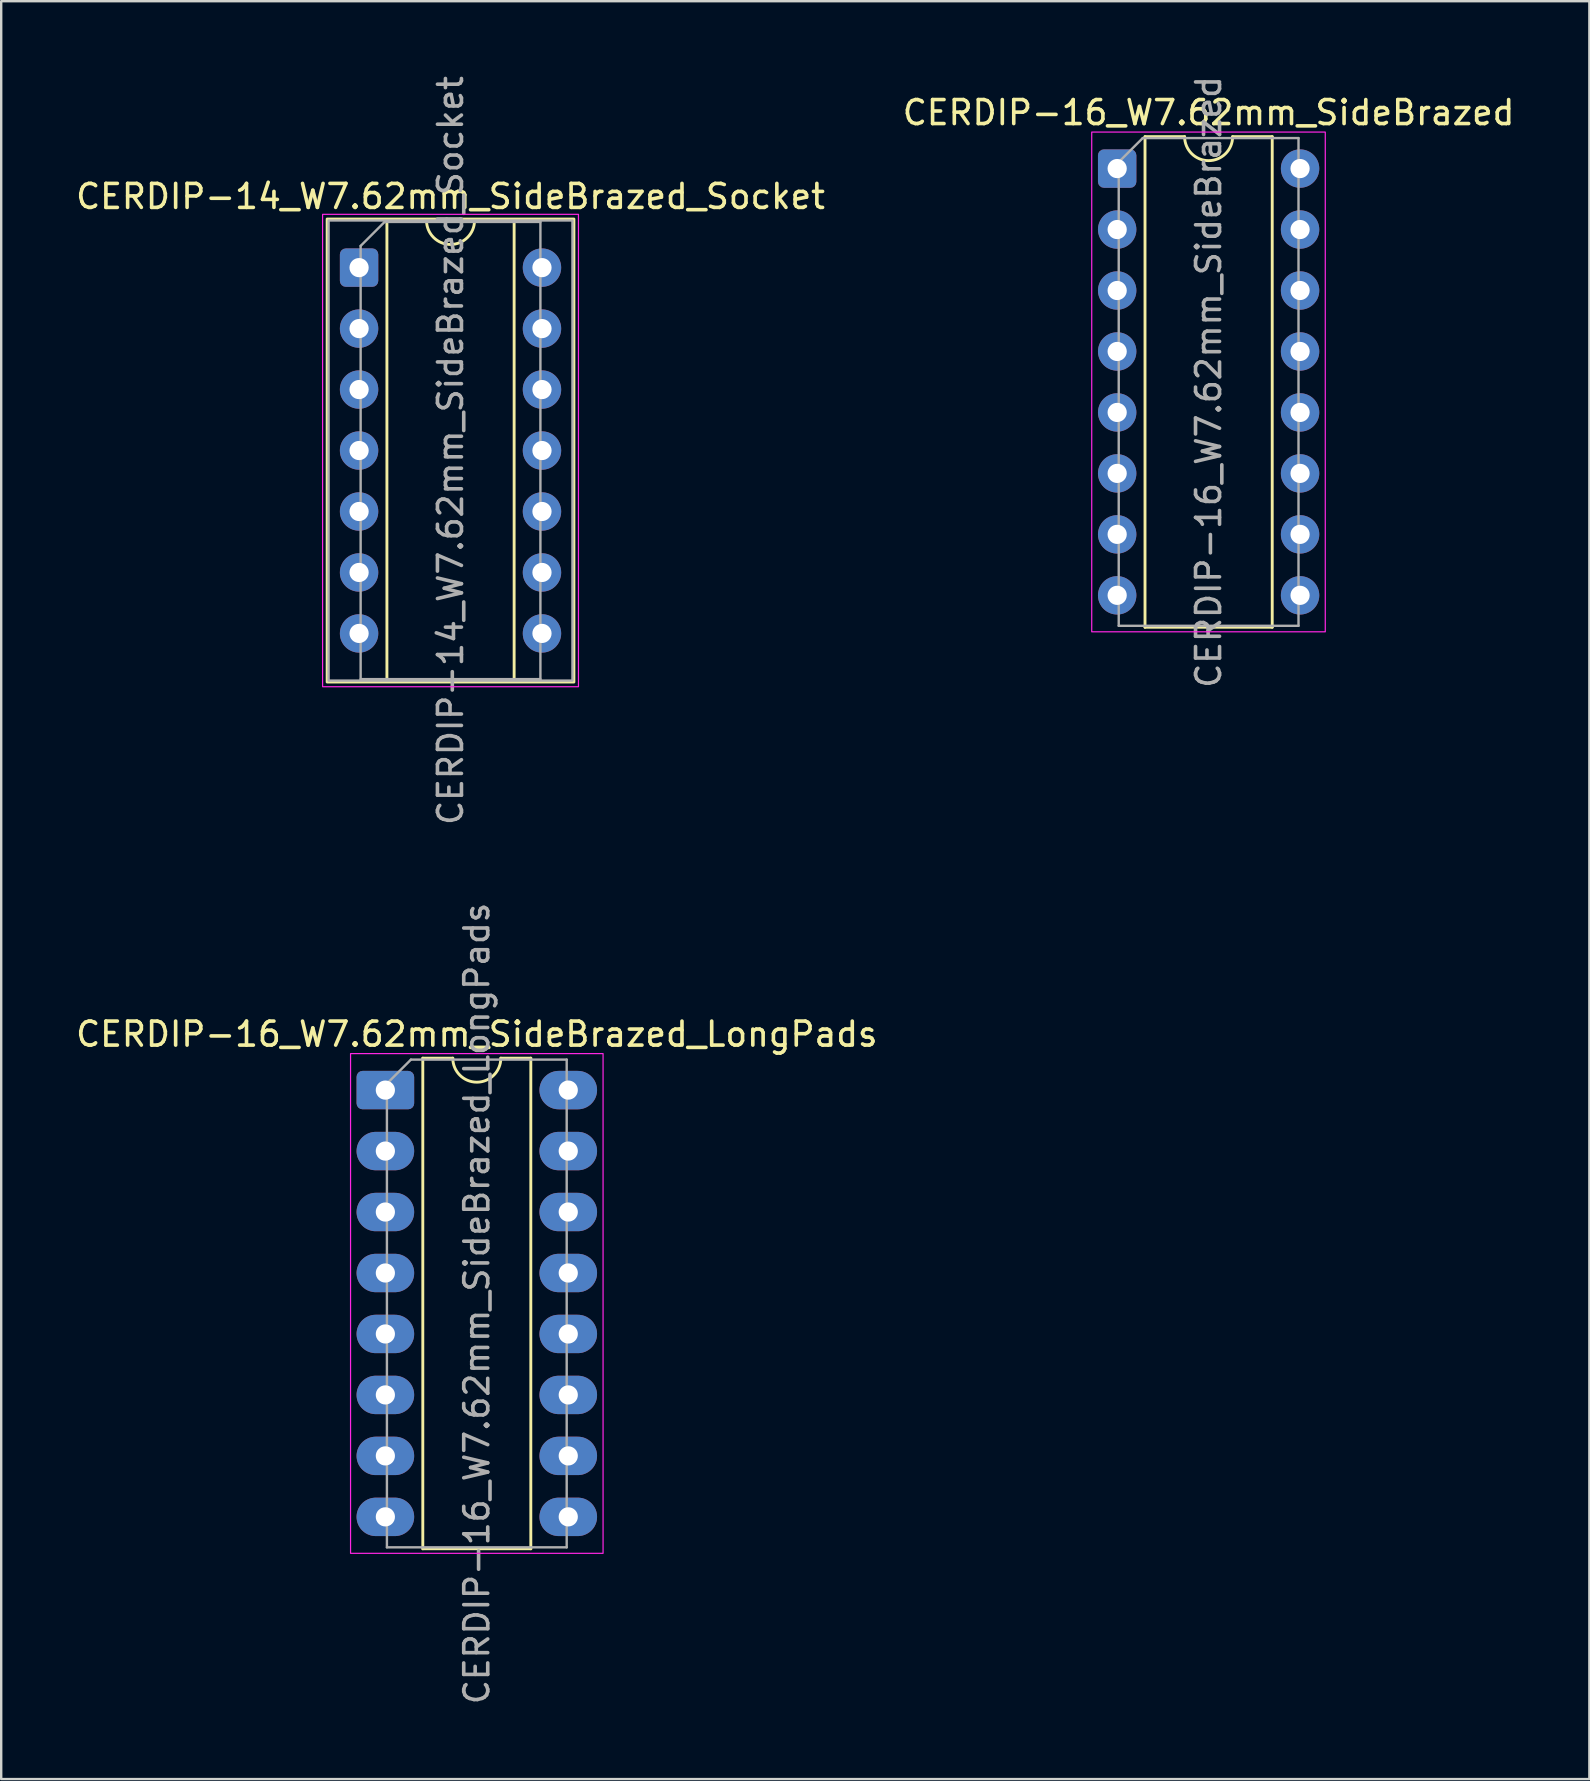
<source format=kicad_pcb>
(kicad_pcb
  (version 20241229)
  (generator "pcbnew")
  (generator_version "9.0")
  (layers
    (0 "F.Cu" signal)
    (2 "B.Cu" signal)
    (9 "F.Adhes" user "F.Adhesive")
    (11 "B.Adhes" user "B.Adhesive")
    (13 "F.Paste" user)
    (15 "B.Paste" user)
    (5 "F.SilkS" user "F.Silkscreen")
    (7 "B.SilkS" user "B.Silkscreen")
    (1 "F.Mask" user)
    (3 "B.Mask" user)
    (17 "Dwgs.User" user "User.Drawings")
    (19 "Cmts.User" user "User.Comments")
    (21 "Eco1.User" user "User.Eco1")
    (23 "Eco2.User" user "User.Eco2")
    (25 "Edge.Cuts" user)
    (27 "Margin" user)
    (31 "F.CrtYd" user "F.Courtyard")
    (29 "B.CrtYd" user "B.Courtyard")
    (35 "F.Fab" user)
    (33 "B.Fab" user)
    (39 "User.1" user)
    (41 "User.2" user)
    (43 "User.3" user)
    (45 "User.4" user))
  (footprint "CERDIP-14_W7.62mm_SideBrazed_Socket"
    (layer "F.Cu")
    (at 11.91 8.1)
    (property "Reference" "CERDIP-14_W7.62mm_SideBrazed_Socket" (at 3.81 -2.965 0) (layer "F.SilkS") (effects (font (size 1 1) (thickness 0.15))))
    (attr through_hole)
    (fp_line (start 1.16 -1.965) (end 1.16 17.205) (stroke (width 0.12) (type solid)) (layer "F.SilkS"))
    (fp_line (start 1.16 17.205) (end 6.46 17.205) (stroke (width 0.12) (type solid)) (layer "F.SilkS"))
    (fp_line (start 2.81 -1.965) (end 1.16 -1.965) (stroke (width 0.12) (type solid)) (layer "F.SilkS"))
    (fp_line (start 6.46 -1.965) (end 4.81 -1.965) (stroke (width 0.12) (type solid)) (layer "F.SilkS"))
    (fp_line (start 6.46 17.205) (end 6.46 -1.965) (stroke (width 0.12) (type solid)) (layer "F.SilkS"))
    (fp_rect (start -1.33 -2.025) (end 8.95 17.265) (stroke (width 0.12) (type solid)) (fill no) (layer "F.SilkS"))
    (fp_arc (start 4.81 -1.965) (mid 3.81 -0.965) (end 2.81 -1.965) (stroke (width 0.12) (type solid)) (layer "F.SilkS"))
    (fp_rect (start -1.52 -2.22) (end 9.14 17.46) (stroke (width 0.05) (type solid)) (fill no) (layer "F.CrtYd"))
    (fp_line (start 0.065 -0.905) (end 1.065 -1.905) (stroke (width 0.1) (type solid)) (layer "F.Fab"))
    (fp_line (start 0.065 17.145) (end 0.065 -0.905) (stroke (width 0.1) (type solid)) (layer "F.Fab"))
    (fp_line (start 1.065 -1.905) (end 7.555 -1.905) (stroke (width 0.1) (type solid)) (layer "F.Fab"))
    (fp_line (start 7.555 -1.905) (end 7.555 17.145) (stroke (width 0.1) (type solid)) (layer "F.Fab"))
    (fp_line (start 7.555 17.145) (end 0.065 17.145) (stroke (width 0.1) (type solid)) (layer "F.Fab"))
    (fp_rect (start -1.27 -1.965) (end 8.89 17.205) (stroke (width 0.1) (type solid)) (fill no) (layer "F.Fab"))
    (fp_text user "${REFERENCE}" (at 3.81 7.62 90) (layer "F.Fab") (effects (font (size 1 1) (thickness 0.15))))
    (pad "1" thru_hole roundrect (at 0 0) (size 1.6 1.6) (drill 0.8) (layers "*.Cu" "*.Mask") (roundrect_rratio 0.156))
    (pad "2" thru_hole circle (at 0 2.54) (size 1.6 1.6) (drill 0.8) (layers "*.Cu" "*.Mask"))
    (pad "3" thru_hole circle (at 0 5.08) (size 1.6 1.6) (drill 0.8) (layers "*.Cu" "*.Mask"))
    (pad "4" thru_hole circle (at 0 7.62) (size 1.6 1.6) (drill 0.8) (layers "*.Cu" "*.Mask"))
    (pad "5" thru_hole circle (at 0 10.16) (size 1.6 1.6) (drill 0.8) (layers "*.Cu" "*.Mask"))
    (pad "6" thru_hole circle (at 0 12.7) (size 1.6 1.6) (drill 0.8) (layers "*.Cu" "*.Mask"))
    (pad "7" thru_hole circle (at 0 15.24) (size 1.6 1.6) (drill 0.8) (layers "*.Cu" "*.Mask"))
    (pad "8" thru_hole circle (at 7.62 15.24) (size 1.6 1.6) (drill 0.8) (layers "*.Cu" "*.Mask"))
    (pad "9" thru_hole circle (at 7.62 12.7) (size 1.6 1.6) (drill 0.8) (layers "*.Cu" "*.Mask"))
    (pad "10" thru_hole circle (at 7.62 10.16) (size 1.6 1.6) (drill 0.8) (layers "*.Cu" "*.Mask"))
    (pad "11" thru_hole circle (at 7.62 7.62) (size 1.6 1.6) (drill 0.8) (layers "*.Cu" "*.Mask"))
    (pad "12" thru_hole circle (at 7.62 5.08) (size 1.6 1.6) (drill 0.8) (layers "*.Cu" "*.Mask"))
    (pad "13" thru_hole circle (at 7.62 2.54) (size 1.6 1.6) (drill 0.8) (layers "*.Cu" "*.Mask"))
    (pad "14" thru_hole circle (at 7.62 0) (size 1.6 1.6) (drill 0.8) (layers "*.Cu" "*.Mask")))
  (footprint "CERDIP-16_W7.62mm_SideBrazed_LongPads"
    (layer "F.Cu")
    (at 13.005 42.366)
    (property "Reference" "CERDIP-16_W7.62mm_SideBrazed_LongPads" (at 3.81 -2.33 0) (layer "F.SilkS") (effects (font (size 1 1) (thickness 0.15))))
    (attr through_hole)
    (fp_line (start 1.56 -1.33) (end 1.56 19.11) (stroke (width 0.12) (type solid)) (layer "F.SilkS"))
    (fp_line (start 1.56 19.11) (end 6.06 19.11) (stroke (width 0.12) (type solid)) (layer "F.SilkS"))
    (fp_line (start 2.81 -1.33) (end 1.56 -1.33) (stroke (width 0.12) (type solid)) (layer "F.SilkS"))
    (fp_line (start 6.06 -1.33) (end 4.81 -1.33) (stroke (width 0.12) (type solid)) (layer "F.SilkS"))
    (fp_line (start 6.06 19.11) (end 6.06 -1.33) (stroke (width 0.12) (type solid)) (layer "F.SilkS"))
    (fp_arc (start 4.81 -1.33) (mid 3.81 -0.33) (end 2.81 -1.33) (stroke (width 0.12) (type solid)) (layer "F.SilkS"))
    (fp_rect (start -1.45 -1.52) (end 9.07 19.3) (stroke (width 0.05) (type solid)) (fill no) (layer "F.CrtYd"))
    (fp_line (start 0.065 -0.27) (end 1.065 -1.27) (stroke (width 0.1) (type solid)) (layer "F.Fab"))
    (fp_line (start 0.065 19.05) (end 0.065 -0.27) (stroke (width 0.1) (type solid)) (layer "F.Fab"))
    (fp_line (start 1.065 -1.27) (end 7.555 -1.27) (stroke (width 0.1) (type solid)) (layer "F.Fab"))
    (fp_line (start 7.555 -1.27) (end 7.555 19.05) (stroke (width 0.1) (type solid)) (layer "F.Fab"))
    (fp_line (start 7.555 19.05) (end 0.065 19.05) (stroke (width 0.1) (type solid)) (layer "F.Fab"))
    (fp_text user "${REFERENCE}" (at 3.81 8.89 90) (layer "F.Fab") (effects (font (size 1 1) (thickness 0.15))))
    (pad "1" thru_hole roundrect (at 0 0) (size 2.4 1.6) (drill 0.8) (layers "*.Cu" "*.Mask") (roundrect_rratio 0.156))
    (pad "2" thru_hole oval (at 0 2.54) (size 2.4 1.6) (drill 0.8) (layers "*.Cu" "*.Mask"))
    (pad "3" thru_hole oval (at 0 5.08) (size 2.4 1.6) (drill 0.8) (layers "*.Cu" "*.Mask"))
    (pad "4" thru_hole oval (at 0 7.62) (size 2.4 1.6) (drill 0.8) (layers "*.Cu" "*.Mask"))
    (pad "5" thru_hole oval (at 0 10.16) (size 2.4 1.6) (drill 0.8) (layers "*.Cu" "*.Mask"))
    (pad "6" thru_hole oval (at 0 12.7) (size 2.4 1.6) (drill 0.8) (layers "*.Cu" "*.Mask"))
    (pad "7" thru_hole oval (at 0 15.24) (size 2.4 1.6) (drill 0.8) (layers "*.Cu" "*.Mask"))
    (pad "8" thru_hole oval (at 0 17.78) (size 2.4 1.6) (drill 0.8) (layers "*.Cu" "*.Mask"))
    (pad "9" thru_hole oval (at 7.62 17.78) (size 2.4 1.6) (drill 0.8) (layers "*.Cu" "*.Mask"))
    (pad "10" thru_hole oval (at 7.62 15.24) (size 2.4 1.6) (drill 0.8) (layers "*.Cu" "*.Mask"))
    (pad "11" thru_hole oval (at 7.62 12.7) (size 2.4 1.6) (drill 0.8) (layers "*.Cu" "*.Mask"))
    (pad "12" thru_hole oval (at 7.62 10.16) (size 2.4 1.6) (drill 0.8) (layers "*.Cu" "*.Mask"))
    (pad "13" thru_hole oval (at 7.62 7.62) (size 2.4 1.6) (drill 0.8) (layers "*.Cu" "*.Mask"))
    (pad "14" thru_hole oval (at 7.62 5.08) (size 2.4 1.6) (drill 0.8) (layers "*.Cu" "*.Mask"))
    (pad "15" thru_hole oval (at 7.62 2.54) (size 2.4 1.6) (drill 0.8) (layers "*.Cu" "*.Mask"))
    (pad "16" thru_hole oval (at 7.62 0) (size 2.4 1.6) (drill 0.8) (layers "*.Cu" "*.Mask")))
  (footprint "CERDIP-16_W7.62mm_SideBrazed"
    (layer "F.Cu")
    (at 43.494 3.973)
    (property "Reference" "CERDIP-16_W7.62mm_SideBrazed" (at 3.81 -2.33 0) (layer "F.SilkS") (effects (font (size 1 1) (thickness 0.15))))
    (attr through_hole)
    (fp_line (start 1.16 -1.33) (end 1.16 19.11) (stroke (width 0.12) (type solid)) (layer "F.SilkS"))
    (fp_line (start 1.16 19.11) (end 6.46 19.11) (stroke (width 0.12) (type solid)) (layer "F.SilkS"))
    (fp_line (start 2.81 -1.33) (end 1.16 -1.33) (stroke (width 0.12) (type solid)) (layer "F.SilkS"))
    (fp_line (start 6.46 -1.33) (end 4.81 -1.33) (stroke (width 0.12) (type solid)) (layer "F.SilkS"))
    (fp_line (start 6.46 19.11) (end 6.46 -1.33) (stroke (width 0.12) (type solid)) (layer "F.SilkS"))
    (fp_arc (start 4.81 -1.33) (mid 3.81 -0.33) (end 2.81 -1.33) (stroke (width 0.12) (type solid)) (layer "F.SilkS"))
    (fp_rect (start -1.06 -1.52) (end 8.67 19.3) (stroke (width 0.05) (type solid)) (fill no) (layer "F.CrtYd"))
    (fp_line (start 0.065 -0.27) (end 1.065 -1.27) (stroke (width 0.1) (type solid)) (layer "F.Fab"))
    (fp_line (start 0.065 19.05) (end 0.065 -0.27) (stroke (width 0.1) (type solid)) (layer "F.Fab"))
    (fp_line (start 1.065 -1.27) (end 7.555 -1.27) (stroke (width 0.1) (type solid)) (layer "F.Fab"))
    (fp_line (start 7.555 -1.27) (end 7.555 19.05) (stroke (width 0.1) (type solid)) (layer "F.Fab"))
    (fp_line (start 7.555 19.05) (end 0.065 19.05) (stroke (width 0.1) (type solid)) (layer "F.Fab"))
    (fp_text user "${REFERENCE}" (at 3.81 8.89 90) (layer "F.Fab") (effects (font (size 1 1) (thickness 0.15))))
    (pad "1" thru_hole roundrect (at 0 0) (size 1.6 1.6) (drill 0.8) (layers "*.Cu" "*.Mask") (roundrect_rratio 0.156))
    (pad "2" thru_hole circle (at 0 2.54) (size 1.6 1.6) (drill 0.8) (layers "*.Cu" "*.Mask"))
    (pad "3" thru_hole circle (at 0 5.08) (size 1.6 1.6) (drill 0.8) (layers "*.Cu" "*.Mask"))
    (pad "4" thru_hole circle (at 0 7.62) (size 1.6 1.6) (drill 0.8) (layers "*.Cu" "*.Mask"))
    (pad "5" thru_hole circle (at 0 10.16) (size 1.6 1.6) (drill 0.8) (layers "*.Cu" "*.Mask"))
    (pad "6" thru_hole circle (at 0 12.7) (size 1.6 1.6) (drill 0.8) (layers "*.Cu" "*.Mask"))
    (pad "7" thru_hole circle (at 0 15.24) (size 1.6 1.6) (drill 0.8) (layers "*.Cu" "*.Mask"))
    (pad "8" thru_hole circle (at 0 17.78) (size 1.6 1.6) (drill 0.8) (layers "*.Cu" "*.Mask"))
    (pad "9" thru_hole circle (at 7.62 17.78) (size 1.6 1.6) (drill 0.8) (layers "*.Cu" "*.Mask"))
    (pad "10" thru_hole circle (at 7.62 15.24) (size 1.6 1.6) (drill 0.8) (layers "*.Cu" "*.Mask"))
    (pad "11" thru_hole circle (at 7.62 12.7) (size 1.6 1.6) (drill 0.8) (layers "*.Cu" "*.Mask"))
    (pad "12" thru_hole circle (at 7.62 10.16) (size 1.6 1.6) (drill 0.8) (layers "*.Cu" "*.Mask"))
    (pad "13" thru_hole circle (at 7.62 7.62) (size 1.6 1.6) (drill 0.8) (layers "*.Cu" "*.Mask"))
    (pad "14" thru_hole circle (at 7.62 5.08) (size 1.6 1.6) (drill 0.8) (layers "*.Cu" "*.Mask"))
    (pad "15" thru_hole circle (at 7.62 2.54) (size 1.6 1.6) (drill 0.8) (layers "*.Cu" "*.Mask"))
    (pad "16" thru_hole circle (at 7.62 0) (size 1.6 1.6) (drill 0.8) (layers "*.Cu" "*.Mask")))
  (gr_rect
    (start -3 -3)
    (end 63.167 71.071)
    (stroke (width 0.1) (type default))
    (fill no)
    (layer "Edge.Cuts")))
</source>
